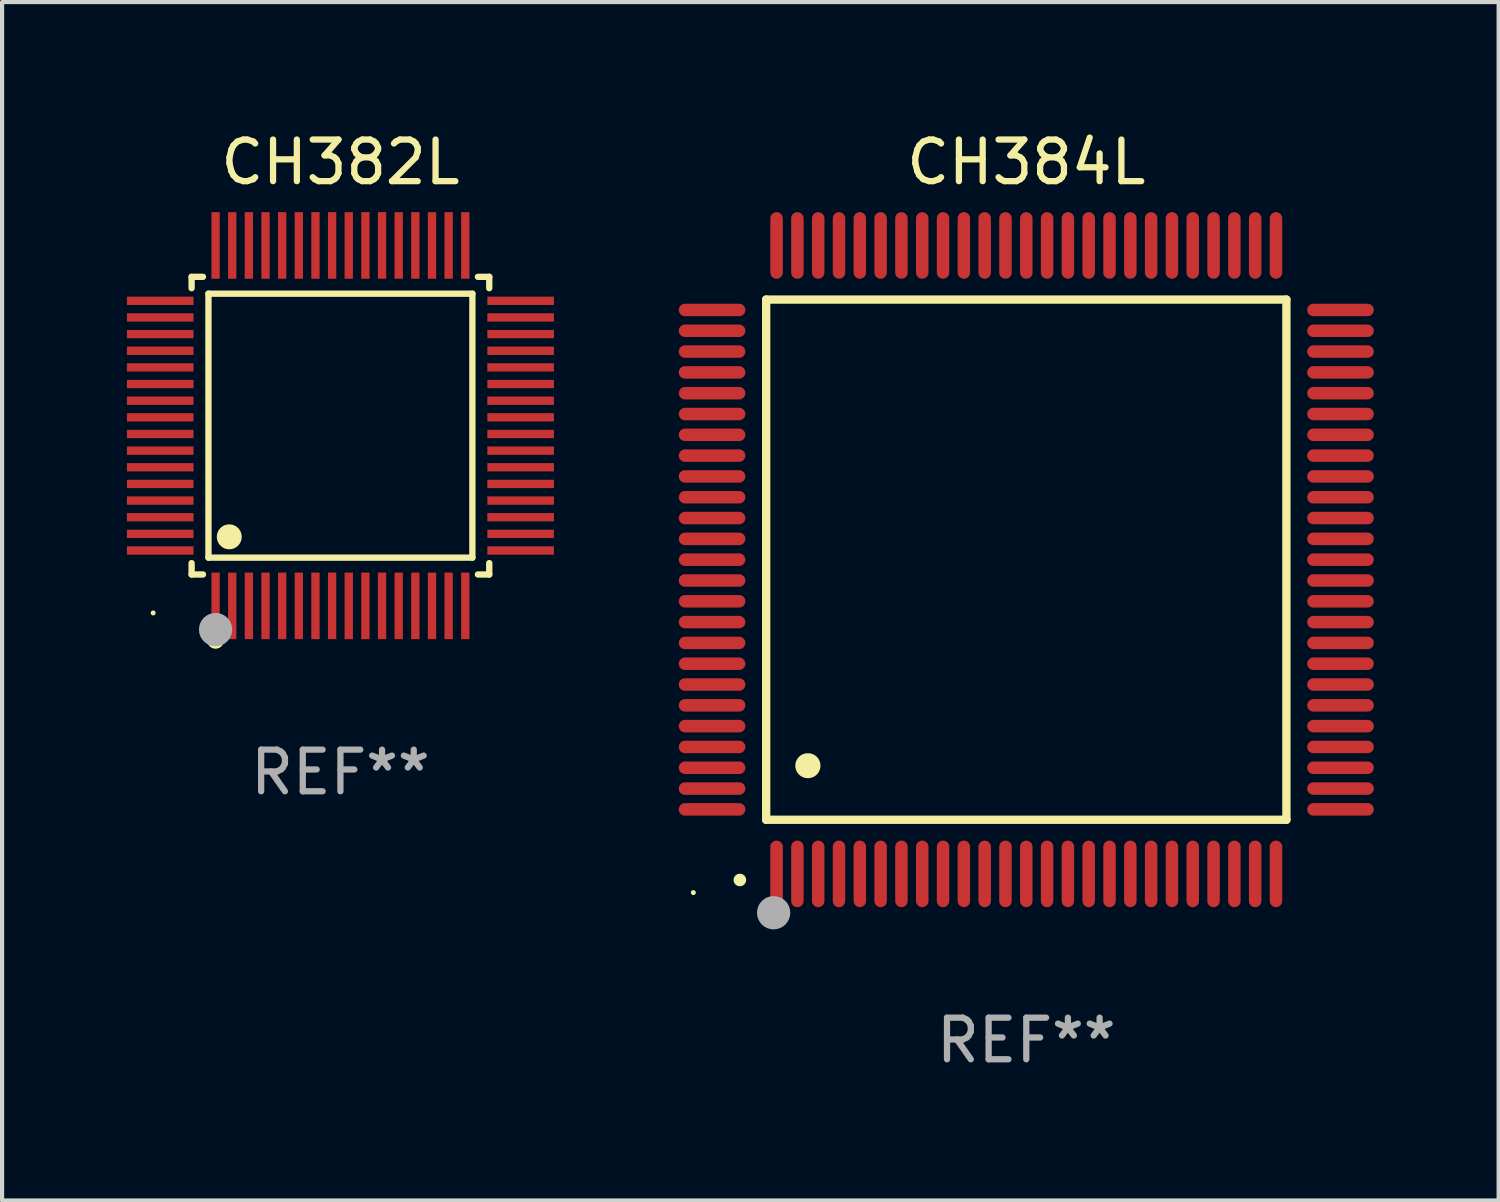
<source format=kicad_pcb>
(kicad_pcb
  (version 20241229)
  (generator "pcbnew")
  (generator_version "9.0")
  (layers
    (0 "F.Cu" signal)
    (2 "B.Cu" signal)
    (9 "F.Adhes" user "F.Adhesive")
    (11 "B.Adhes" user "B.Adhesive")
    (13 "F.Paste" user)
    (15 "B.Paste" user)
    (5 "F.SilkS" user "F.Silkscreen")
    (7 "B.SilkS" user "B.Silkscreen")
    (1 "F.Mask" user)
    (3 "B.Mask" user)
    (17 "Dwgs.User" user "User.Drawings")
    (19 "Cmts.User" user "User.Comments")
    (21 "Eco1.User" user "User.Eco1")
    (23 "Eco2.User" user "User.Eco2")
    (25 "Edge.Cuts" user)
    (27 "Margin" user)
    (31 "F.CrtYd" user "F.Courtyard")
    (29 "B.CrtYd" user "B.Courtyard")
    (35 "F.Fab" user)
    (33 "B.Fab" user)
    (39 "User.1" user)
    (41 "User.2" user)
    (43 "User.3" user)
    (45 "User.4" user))
  (footprint "CH384L"
    (layer "F.Cu")
    (at 21.61 10.398)
    (property "Reference" "CH384L" (at 0 -9.55 0) (layer "F.SilkS") (effects (font (size 1 1) (thickness 0.15))))
    (attr through_hole)
    (fp_line (start -6.25 -6.25) (end -6.25 6.25) (stroke (width 0.2) (type solid)) (layer "F.SilkS"))
    (fp_line (start -6.25 6.25) (end 6.25 6.25) (stroke (width 0.2) (type solid)) (layer "F.SilkS"))
    (fp_line (start 6.25 -6.25) (end -6.25 -6.25) (stroke (width 0.2) (type solid)) (layer "F.SilkS"))
    (fp_line (start 6.25 6.25) (end 6.25 -6.25) (stroke (width 0.2) (type solid)) (layer "F.SilkS"))
    (fp_arc (start -6.883414 7.696215) (mid -6.882144 7.69621) (end -6.880874 7.696215) (stroke (width 0.3) (type solid)) (layer "F.SilkS"))
    (fp_arc (start -5.250191 4.95047) (mid -5.247651 4.950459) (end -5.245111 4.95047) (stroke (width 0.6) (type solid)) (layer "F.SilkS"))
    (fp_circle (center -8 8) (end -7.97 8) (stroke (width 0.06) (type solid)) (fill no) (layer "F.SilkS"))
    (fp_circle (center -6.071 8.484) (end -5.871 8.484) (stroke (width 0.4) (type solid)) (fill no) (layer "F.Fab"))
    (fp_text user "REF**" (at 0 11.55 0) (layer "F.Fab") (effects (font (size 1 1) (thickness 0.15))))
    (pad "1" smd oval (at -6 7.55) (size 0.3 1.6) (layers "F.Cu" "F.Mask" "F.Paste"))
    (pad "2" smd oval (at -5.5 7.55) (size 0.3 1.6) (layers "F.Cu" "F.Mask" "F.Paste"))
    (pad "3" smd oval (at -5 7.55) (size 0.3 1.6) (layers "F.Cu" "F.Mask" "F.Paste"))
    (pad "4" smd oval (at -4.5 7.55) (size 0.3 1.6) (layers "F.Cu" "F.Mask" "F.Paste"))
    (pad "5" smd oval (at -4 7.55) (size 0.3 1.6) (layers "F.Cu" "F.Mask" "F.Paste"))
    (pad "6" smd oval (at -3.5 7.55) (size 0.3 1.6) (layers "F.Cu" "F.Mask" "F.Paste"))
    (pad "7" smd oval (at -3 7.55) (size 0.3 1.6) (layers "F.Cu" "F.Mask" "F.Paste"))
    (pad "8" smd oval (at -2.5 7.55) (size 0.3 1.6) (layers "F.Cu" "F.Mask" "F.Paste"))
    (pad "9" smd oval (at -2 7.55) (size 0.3 1.6) (layers "F.Cu" "F.Mask" "F.Paste"))
    (pad "10" smd oval (at -1.5 7.55) (size 0.3 1.6) (layers "F.Cu" "F.Mask" "F.Paste"))
    (pad "11" smd oval (at -1 7.55) (size 0.3 1.6) (layers "F.Cu" "F.Mask" "F.Paste"))
    (pad "12" smd oval (at -0.5 7.55) (size 0.3 1.6) (layers "F.Cu" "F.Mask" "F.Paste"))
    (pad "13" smd oval (at 0 7.55) (size 0.3 1.6) (layers "F.Cu" "F.Mask" "F.Paste"))
    (pad "14" smd oval (at 0.5 7.55) (size 0.3 1.6) (layers "F.Cu" "F.Mask" "F.Paste"))
    (pad "15" smd oval (at 1 7.55) (size 0.3 1.6) (layers "F.Cu" "F.Mask" "F.Paste"))
    (pad "16" smd oval (at 1.5 7.55) (size 0.3 1.6) (layers "F.Cu" "F.Mask" "F.Paste"))
    (pad "17" smd oval (at 2 7.55) (size 0.3 1.6) (layers "F.Cu" "F.Mask" "F.Paste"))
    (pad "18" smd oval (at 2.5 7.55) (size 0.3 1.6) (layers "F.Cu" "F.Mask" "F.Paste"))
    (pad "19" smd oval (at 3 7.55) (size 0.3 1.6) (layers "F.Cu" "F.Mask" "F.Paste"))
    (pad "20" smd oval (at 3.5 7.55) (size 0.3 1.6) (layers "F.Cu" "F.Mask" "F.Paste"))
    (pad "21" smd oval (at 4 7.55) (size 0.3 1.6) (layers "F.Cu" "F.Mask" "F.Paste"))
    (pad "22" smd oval (at 4.5 7.55) (size 0.3 1.6) (layers "F.Cu" "F.Mask" "F.Paste"))
    (pad "23" smd oval (at 5 7.55) (size 0.3 1.6) (layers "F.Cu" "F.Mask" "F.Paste"))
    (pad "24" smd oval (at 5.5 7.55) (size 0.3 1.6) (layers "F.Cu" "F.Mask" "F.Paste"))
    (pad "25" smd oval (at 6 7.55) (size 0.3 1.6) (layers "F.Cu" "F.Mask" "F.Paste"))
    (pad "26" smd oval (at 7.55 6) (size 1.6 0.3) (layers "F.Cu" "F.Mask" "F.Paste"))
    (pad "27" smd oval (at 7.55 5.5) (size 1.6 0.3) (layers "F.Cu" "F.Mask" "F.Paste"))
    (pad "28" smd oval (at 7.55 5) (size 1.6 0.3) (layers "F.Cu" "F.Mask" "F.Paste"))
    (pad "29" smd oval (at 7.55 4.5) (size 1.6 0.3) (layers "F.Cu" "F.Mask" "F.Paste"))
    (pad "30" smd oval (at 7.55 4) (size 1.6 0.3) (layers "F.Cu" "F.Mask" "F.Paste"))
    (pad "31" smd oval (at 7.55 3.5) (size 1.6 0.3) (layers "F.Cu" "F.Mask" "F.Paste"))
    (pad "32" smd oval (at 7.55 3) (size 1.6 0.3) (layers "F.Cu" "F.Mask" "F.Paste"))
    (pad "33" smd oval (at 7.55 2.5) (size 1.6 0.3) (layers "F.Cu" "F.Mask" "F.Paste"))
    (pad "34" smd oval (at 7.55 2) (size 1.6 0.3) (layers "F.Cu" "F.Mask" "F.Paste"))
    (pad "35" smd oval (at 7.55 1.5) (size 1.6 0.3) (layers "F.Cu" "F.Mask" "F.Paste"))
    (pad "36" smd oval (at 7.55 1) (size 1.6 0.3) (layers "F.Cu" "F.Mask" "F.Paste"))
    (pad "37" smd oval (at 7.55 0.5) (size 1.6 0.3) (layers "F.Cu" "F.Mask" "F.Paste"))
    (pad "38" smd oval (at 7.55 0) (size 1.6 0.3) (layers "F.Cu" "F.Mask" "F.Paste"))
    (pad "39" smd oval (at 7.55 -0.5) (size 1.6 0.3) (layers "F.Cu" "F.Mask" "F.Paste"))
    (pad "40" smd oval (at 7.55 -1) (size 1.6 0.3) (layers "F.Cu" "F.Mask" "F.Paste"))
    (pad "41" smd oval (at 7.55 -1.5) (size 1.6 0.3) (layers "F.Cu" "F.Mask" "F.Paste"))
    (pad "42" smd oval (at 7.55 -2) (size 1.6 0.3) (layers "F.Cu" "F.Mask" "F.Paste"))
    (pad "43" smd oval (at 7.55 -2.5) (size 1.6 0.3) (layers "F.Cu" "F.Mask" "F.Paste"))
    (pad "44" smd oval (at 7.55 -3) (size 1.6 0.3) (layers "F.Cu" "F.Mask" "F.Paste"))
    (pad "45" smd oval (at 7.55 -3.5) (size 1.6 0.3) (layers "F.Cu" "F.Mask" "F.Paste"))
    (pad "46" smd oval (at 7.55 -4) (size 1.6 0.3) (layers "F.Cu" "F.Mask" "F.Paste"))
    (pad "47" smd oval (at 7.55 -4.5) (size 1.6 0.3) (layers "F.Cu" "F.Mask" "F.Paste"))
    (pad "48" smd oval (at 7.55 -5) (size 1.6 0.3) (layers "F.Cu" "F.Mask" "F.Paste"))
    (pad "49" smd oval (at 7.55 -5.5) (size 1.6 0.3) (layers "F.Cu" "F.Mask" "F.Paste"))
    (pad "50" smd oval (at 7.55 -6) (size 1.6 0.3) (layers "F.Cu" "F.Mask" "F.Paste"))
    (pad "51" smd oval (at 6 -7.55) (size 0.3 1.6) (layers "F.Cu" "F.Mask" "F.Paste"))
    (pad "52" smd oval (at 5.5 -7.55) (size 0.3 1.6) (layers "F.Cu" "F.Mask" "F.Paste"))
    (pad "53" smd oval (at 5 -7.55) (size 0.3 1.6) (layers "F.Cu" "F.Mask" "F.Paste"))
    (pad "54" smd oval (at 4.5 -7.55) (size 0.3 1.6) (layers "F.Cu" "F.Mask" "F.Paste"))
    (pad "55" smd oval (at 4 -7.55) (size 0.3 1.6) (layers "F.Cu" "F.Mask" "F.Paste"))
    (pad "56" smd oval (at 3.5 -7.55) (size 0.3 1.6) (layers "F.Cu" "F.Mask" "F.Paste"))
    (pad "57" smd oval (at 3 -7.55) (size 0.3 1.6) (layers "F.Cu" "F.Mask" "F.Paste"))
    (pad "58" smd oval (at 2.5 -7.55) (size 0.3 1.6) (layers "F.Cu" "F.Mask" "F.Paste"))
    (pad "59" smd oval (at 2 -7.55) (size 0.3 1.6) (layers "F.Cu" "F.Mask" "F.Paste"))
    (pad "60" smd oval (at 1.5 -7.55) (size 0.3 1.6) (layers "F.Cu" "F.Mask" "F.Paste"))
    (pad "61" smd oval (at 1 -7.55) (size 0.3 1.6) (layers "F.Cu" "F.Mask" "F.Paste"))
    (pad "62" smd oval (at 0.5 -7.55) (size 0.3 1.6) (layers "F.Cu" "F.Mask" "F.Paste"))
    (pad "63" smd oval (at 0 -7.55) (size 0.3 1.6) (layers "F.Cu" "F.Mask" "F.Paste"))
    (pad "64" smd oval (at -0.5 -7.55) (size 0.3 1.6) (layers "F.Cu" "F.Mask" "F.Paste"))
    (pad "65" smd oval (at -1 -7.55) (size 0.3 1.6) (layers "F.Cu" "F.Mask" "F.Paste"))
    (pad "66" smd oval (at -1.5 -7.55) (size 0.3 1.6) (layers "F.Cu" "F.Mask" "F.Paste"))
    (pad "67" smd oval (at -2 -7.55) (size 0.3 1.6) (layers "F.Cu" "F.Mask" "F.Paste"))
    (pad "68" smd oval (at -2.5 -7.55) (size 0.3 1.6) (layers "F.Cu" "F.Mask" "F.Paste"))
    (pad "69" smd oval (at -3 -7.55) (size 0.3 1.6) (layers "F.Cu" "F.Mask" "F.Paste"))
    (pad "70" smd oval (at -3.5 -7.55) (size 0.3 1.6) (layers "F.Cu" "F.Mask" "F.Paste"))
    (pad "71" smd oval (at -4 -7.55) (size 0.3 1.6) (layers "F.Cu" "F.Mask" "F.Paste"))
    (pad "72" smd oval (at -4.5 -7.55) (size 0.3 1.6) (layers "F.Cu" "F.Mask" "F.Paste"))
    (pad "73" smd oval (at -5 -7.55) (size 0.3 1.6) (layers "F.Cu" "F.Mask" "F.Paste"))
    (pad "74" smd oval (at -5.5 -7.55) (size 0.3 1.6) (layers "F.Cu" "F.Mask" "F.Paste"))
    (pad "75" smd oval (at -6 -7.55) (size 0.3 1.6) (layers "F.Cu" "F.Mask" "F.Paste"))
    (pad "76" smd oval (at -7.55 -6) (size 1.6 0.3) (layers "F.Cu" "F.Mask" "F.Paste"))
    (pad "77" smd oval (at -7.55 -5.5) (size 1.6 0.3) (layers "F.Cu" "F.Mask" "F.Paste"))
    (pad "78" smd oval (at -7.55 -5) (size 1.6 0.3) (layers "F.Cu" "F.Mask" "F.Paste"))
    (pad "79" smd oval (at -7.55 -4.5) (size 1.6 0.3) (layers "F.Cu" "F.Mask" "F.Paste"))
    (pad "80" smd oval (at -7.55 -4) (size 1.6 0.3) (layers "F.Cu" "F.Mask" "F.Paste"))
    (pad "81" smd oval (at -7.55 -3.5) (size 1.6 0.3) (layers "F.Cu" "F.Mask" "F.Paste"))
    (pad "82" smd oval (at -7.55 -3) (size 1.6 0.3) (layers "F.Cu" "F.Mask" "F.Paste"))
    (pad "83" smd oval (at -7.55 -2.5) (size 1.6 0.3) (layers "F.Cu" "F.Mask" "F.Paste"))
    (pad "84" smd oval (at -7.55 -2) (size 1.6 0.3) (layers "F.Cu" "F.Mask" "F.Paste"))
    (pad "85" smd oval (at -7.55 -1.5) (size 1.6 0.3) (layers "F.Cu" "F.Mask" "F.Paste"))
    (pad "86" smd oval (at -7.55 -1) (size 1.6 0.3) (layers "F.Cu" "F.Mask" "F.Paste"))
    (pad "87" smd oval (at -7.55 -0.5) (size 1.6 0.3) (layers "F.Cu" "F.Mask" "F.Paste"))
    (pad "88" smd oval (at -7.55 0) (size 1.6 0.3) (layers "F.Cu" "F.Mask" "F.Paste"))
    (pad "89" smd oval (at -7.55 0.5) (size 1.6 0.3) (layers "F.Cu" "F.Mask" "F.Paste"))
    (pad "90" smd oval (at -7.55 1) (size 1.6 0.3) (layers "F.Cu" "F.Mask" "F.Paste"))
    (pad "91" smd oval (at -7.55 1.5) (size 1.6 0.3) (layers "F.Cu" "F.Mask" "F.Paste"))
    (pad "92" smd oval (at -7.55 2) (size 1.6 0.3) (layers "F.Cu" "F.Mask" "F.Paste"))
    (pad "93" smd oval (at -7.55 2.5) (size 1.6 0.3) (layers "F.Cu" "F.Mask" "F.Paste"))
    (pad "94" smd oval (at -7.55 3) (size 1.6 0.3) (layers "F.Cu" "F.Mask" "F.Paste"))
    (pad "95" smd oval (at -7.55 3.5) (size 1.6 0.3) (layers "F.Cu" "F.Mask" "F.Paste"))
    (pad "96" smd oval (at -7.55 4) (size 1.6 0.3) (layers "F.Cu" "F.Mask" "F.Paste"))
    (pad "97" smd oval (at -7.55 4.5) (size 1.6 0.3) (layers "F.Cu" "F.Mask" "F.Paste"))
    (pad "98" smd oval (at -7.55 5) (size 1.6 0.3) (layers "F.Cu" "F.Mask" "F.Paste"))
    (pad "99" smd oval (at -7.55 5.5) (size 1.6 0.3) (layers "F.Cu" "F.Mask" "F.Paste"))
    (pad "100" smd oval (at -7.55 6) (size 1.6 0.3) (layers "F.Cu" "F.Mask" "F.Paste")))
  (footprint "CH382L"
    (layer "F.Cu")
    (at 5.13 7.178)
    (property "Reference" "CH382L" (at 0 -6.33 0) (layer "F.SilkS") (effects (font (size 1 1) (thickness 0.15))))
    (attr through_hole)
    (fp_line (start -3.576 -3.576) (end -3.303 -3.576) (stroke (width 0.152) (type solid)) (layer "F.SilkS"))
    (fp_line (start -3.576 -3.303) (end -3.576 -3.576) (stroke (width 0.152) (type solid)) (layer "F.SilkS"))
    (fp_line (start -3.576 3.303) (end -3.576 3.576) (stroke (width 0.152) (type solid)) (layer "F.SilkS"))
    (fp_line (start -3.576 3.576) (end -3.303 3.576) (stroke (width 0.152) (type solid)) (layer "F.SilkS"))
    (fp_line (start -3.171 -3.171) (end 3.171 -3.171) (stroke (width 0.152) (type solid)) (layer "F.SilkS"))
    (fp_line (start -3.171 3.171) (end -3.171 -3.171) (stroke (width 0.152) (type solid)) (layer "F.SilkS"))
    (fp_line (start 3.171 -3.171) (end 3.171 3.171) (stroke (width 0.152) (type solid)) (layer "F.SilkS"))
    (fp_line (start 3.171 3.171) (end -3.171 3.171) (stroke (width 0.152) (type solid)) (layer "F.SilkS"))
    (fp_line (start 3.576 -3.576) (end 3.303 -3.576) (stroke (width 0.152) (type solid)) (layer "F.SilkS"))
    (fp_line (start 3.576 -3.303) (end 3.576 -3.576) (stroke (width 0.152) (type solid)) (layer "F.SilkS"))
    (fp_line (start 3.576 3.303) (end 3.576 3.576) (stroke (width 0.152) (type solid)) (layer "F.SilkS"))
    (fp_line (start 3.576 3.576) (end 3.303 3.576) (stroke (width 0.152) (type solid)) (layer "F.SilkS"))
    (fp_circle (center -4.5 4.5) (end -4.47 4.5) (stroke (width 0.06) (type solid)) (fill no) (layer "F.SilkS"))
    (fp_circle (center -3 5.16) (end -2.9 5.16) (stroke (width 0.2) (type solid)) (fill no) (layer "F.SilkS"))
    (fp_circle (center -2.671 2.671) (end -2.521 2.671) (stroke (width 0.3) (type solid)) (fill no) (layer "F.SilkS"))
    (fp_circle (center -3 4.9) (end -2.8 4.9) (stroke (width 0.4) (type solid)) (fill no) (layer "F.Fab"))
    (fp_text user "REF**" (at 0 8.33 0) (layer "F.Fab") (effects (font (size 1 1) (thickness 0.15))))
    (pad "1" smd rect (at -3 4.33) (size 0.2 1.6) (layers "F.Cu" "F.Mask" "F.Paste"))
    (pad "2" smd rect (at -2.6 4.33) (size 0.2 1.6) (layers "F.Cu" "F.Mask" "F.Paste"))
    (pad "3" smd rect (at -2.2 4.33) (size 0.2 1.6) (layers "F.Cu" "F.Mask" "F.Paste"))
    (pad "4" smd rect (at -1.8 4.33) (size 0.2 1.6) (layers "F.Cu" "F.Mask" "F.Paste"))
    (pad "5" smd rect (at -1.4 4.33) (size 0.2 1.6) (layers "F.Cu" "F.Mask" "F.Paste"))
    (pad "6" smd rect (at -1 4.33) (size 0.2 1.6) (layers "F.Cu" "F.Mask" "F.Paste"))
    (pad "7" smd rect (at -0.6 4.33) (size 0.2 1.6) (layers "F.Cu" "F.Mask" "F.Paste"))
    (pad "8" smd rect (at -0.2 4.33) (size 0.2 1.6) (layers "F.Cu" "F.Mask" "F.Paste"))
    (pad "9" smd rect (at 0.2 4.33) (size 0.2 1.6) (layers "F.Cu" "F.Mask" "F.Paste"))
    (pad "10" smd rect (at 0.6 4.33) (size 0.2 1.6) (layers "F.Cu" "F.Mask" "F.Paste"))
    (pad "11" smd rect (at 1 4.33) (size 0.2 1.6) (layers "F.Cu" "F.Mask" "F.Paste"))
    (pad "12" smd rect (at 1.4 4.33) (size 0.2 1.6) (layers "F.Cu" "F.Mask" "F.Paste"))
    (pad "13" smd rect (at 1.8 4.33) (size 0.2 1.6) (layers "F.Cu" "F.Mask" "F.Paste"))
    (pad "14" smd rect (at 2.2 4.33) (size 0.2 1.6) (layers "F.Cu" "F.Mask" "F.Paste"))
    (pad "15" smd rect (at 2.6 4.33) (size 0.2 1.6) (layers "F.Cu" "F.Mask" "F.Paste"))
    (pad "16" smd rect (at 3 4.33) (size 0.2 1.6) (layers "F.Cu" "F.Mask" "F.Paste"))
    (pad "17" smd rect (at 4.33 3) (size 1.6 0.2) (layers "F.Cu" "F.Mask" "F.Paste"))
    (pad "18" smd rect (at 4.33 2.6) (size 1.6 0.2) (layers "F.Cu" "F.Mask" "F.Paste"))
    (pad "19" smd rect (at 4.33 2.2) (size 1.6 0.2) (layers "F.Cu" "F.Mask" "F.Paste"))
    (pad "20" smd rect (at 4.33 1.8) (size 1.6 0.2) (layers "F.Cu" "F.Mask" "F.Paste"))
    (pad "21" smd rect (at 4.33 1.4) (size 1.6 0.2) (layers "F.Cu" "F.Mask" "F.Paste"))
    (pad "22" smd rect (at 4.33 1) (size 1.6 0.2) (layers "F.Cu" "F.Mask" "F.Paste"))
    (pad "23" smd rect (at 4.33 0.6) (size 1.6 0.2) (layers "F.Cu" "F.Mask" "F.Paste"))
    (pad "24" smd rect (at 4.33 0.2) (size 1.6 0.2) (layers "F.Cu" "F.Mask" "F.Paste"))
    (pad "25" smd rect (at 4.33 -0.2) (size 1.6 0.2) (layers "F.Cu" "F.Mask" "F.Paste"))
    (pad "26" smd rect (at 4.33 -0.6) (size 1.6 0.2) (layers "F.Cu" "F.Mask" "F.Paste"))
    (pad "27" smd rect (at 4.33 -1) (size 1.6 0.2) (layers "F.Cu" "F.Mask" "F.Paste"))
    (pad "28" smd rect (at 4.33 -1.4) (size 1.6 0.2) (layers "F.Cu" "F.Mask" "F.Paste"))
    (pad "29" smd rect (at 4.33 -1.8) (size 1.6 0.2) (layers "F.Cu" "F.Mask" "F.Paste"))
    (pad "30" smd rect (at 4.33 -2.2) (size 1.6 0.2) (layers "F.Cu" "F.Mask" "F.Paste"))
    (pad "31" smd rect (at 4.33 -2.6) (size 1.6 0.2) (layers "F.Cu" "F.Mask" "F.Paste"))
    (pad "32" smd rect (at 4.33 -3) (size 1.6 0.2) (layers "F.Cu" "F.Mask" "F.Paste"))
    (pad "33" smd rect (at 3 -4.33) (size 0.2 1.6) (layers "F.Cu" "F.Mask" "F.Paste"))
    (pad "34" smd rect (at 2.6 -4.33) (size 0.2 1.6) (layers "F.Cu" "F.Mask" "F.Paste"))
    (pad "35" smd rect (at 2.2 -4.33) (size 0.2 1.6) (layers "F.Cu" "F.Mask" "F.Paste"))
    (pad "36" smd rect (at 1.8 -4.33) (size 0.2 1.6) (layers "F.Cu" "F.Mask" "F.Paste"))
    (pad "37" smd rect (at 1.4 -4.33) (size 0.2 1.6) (layers "F.Cu" "F.Mask" "F.Paste"))
    (pad "38" smd rect (at 1 -4.33) (size 0.2 1.6) (layers "F.Cu" "F.Mask" "F.Paste"))
    (pad "39" smd rect (at 0.6 -4.33) (size 0.2 1.6) (layers "F.Cu" "F.Mask" "F.Paste"))
    (pad "40" smd rect (at 0.2 -4.33) (size 0.2 1.6) (layers "F.Cu" "F.Mask" "F.Paste"))
    (pad "41" smd rect (at -0.2 -4.33) (size 0.2 1.6) (layers "F.Cu" "F.Mask" "F.Paste"))
    (pad "42" smd rect (at -0.6 -4.33) (size 0.2 1.6) (layers "F.Cu" "F.Mask" "F.Paste"))
    (pad "43" smd rect (at -1 -4.33) (size 0.2 1.6) (layers "F.Cu" "F.Mask" "F.Paste"))
    (pad "44" smd rect (at -1.4 -4.33) (size 0.2 1.6) (layers "F.Cu" "F.Mask" "F.Paste"))
    (pad "45" smd rect (at -1.8 -4.33) (size 0.2 1.6) (layers "F.Cu" "F.Mask" "F.Paste"))
    (pad "46" smd rect (at -2.2 -4.33) (size 0.2 1.6) (layers "F.Cu" "F.Mask" "F.Paste"))
    (pad "47" smd rect (at -2.6 -4.33) (size 0.2 1.6) (layers "F.Cu" "F.Mask" "F.Paste"))
    (pad "48" smd rect (at -3 -4.33) (size 0.2 1.6) (layers "F.Cu" "F.Mask" "F.Paste"))
    (pad "49" smd rect (at -4.33 -3) (size 1.6 0.2) (layers "F.Cu" "F.Mask" "F.Paste"))
    (pad "50" smd rect (at -4.33 -2.6) (size 1.6 0.2) (layers "F.Cu" "F.Mask" "F.Paste"))
    (pad "51" smd rect (at -4.33 -2.2) (size 1.6 0.2) (layers "F.Cu" "F.Mask" "F.Paste"))
    (pad "52" smd rect (at -4.33 -1.8) (size 1.6 0.2) (layers "F.Cu" "F.Mask" "F.Paste"))
    (pad "53" smd rect (at -4.33 -1.4) (size 1.6 0.2) (layers "F.Cu" "F.Mask" "F.Paste"))
    (pad "54" smd rect (at -4.33 -1) (size 1.6 0.2) (layers "F.Cu" "F.Mask" "F.Paste"))
    (pad "55" smd rect (at -4.33 -0.6) (size 1.6 0.2) (layers "F.Cu" "F.Mask" "F.Paste"))
    (pad "56" smd rect (at -4.33 -0.2) (size 1.6 0.2) (layers "F.Cu" "F.Mask" "F.Paste"))
    (pad "57" smd rect (at -4.33 0.2) (size 1.6 0.2) (layers "F.Cu" "F.Mask" "F.Paste"))
    (pad "58" smd rect (at -4.33 0.6) (size 1.6 0.2) (layers "F.Cu" "F.Mask" "F.Paste"))
    (pad "59" smd rect (at -4.33 1) (size 1.6 0.2) (layers "F.Cu" "F.Mask" "F.Paste"))
    (pad "60" smd rect (at -4.33 1.4) (size 1.6 0.2) (layers "F.Cu" "F.Mask" "F.Paste"))
    (pad "61" smd rect (at -4.33 1.8) (size 1.6 0.2) (layers "F.Cu" "F.Mask" "F.Paste"))
    (pad "62" smd rect (at -4.33 2.2) (size 1.6 0.2) (layers "F.Cu" "F.Mask" "F.Paste"))
    (pad "63" smd rect (at -4.33 2.6) (size 1.6 0.2) (layers "F.Cu" "F.Mask" "F.Paste"))
    (pad "64" smd rect (at -4.33 3) (size 1.6 0.2) (layers "F.Cu" "F.Mask" "F.Paste")))
  (gr_rect
    (start -3 -3)
    (end 32.96 25.796)
    (stroke (width 0.1) (type default))
    (fill no)
    (layer "Edge.Cuts")))
</source>
